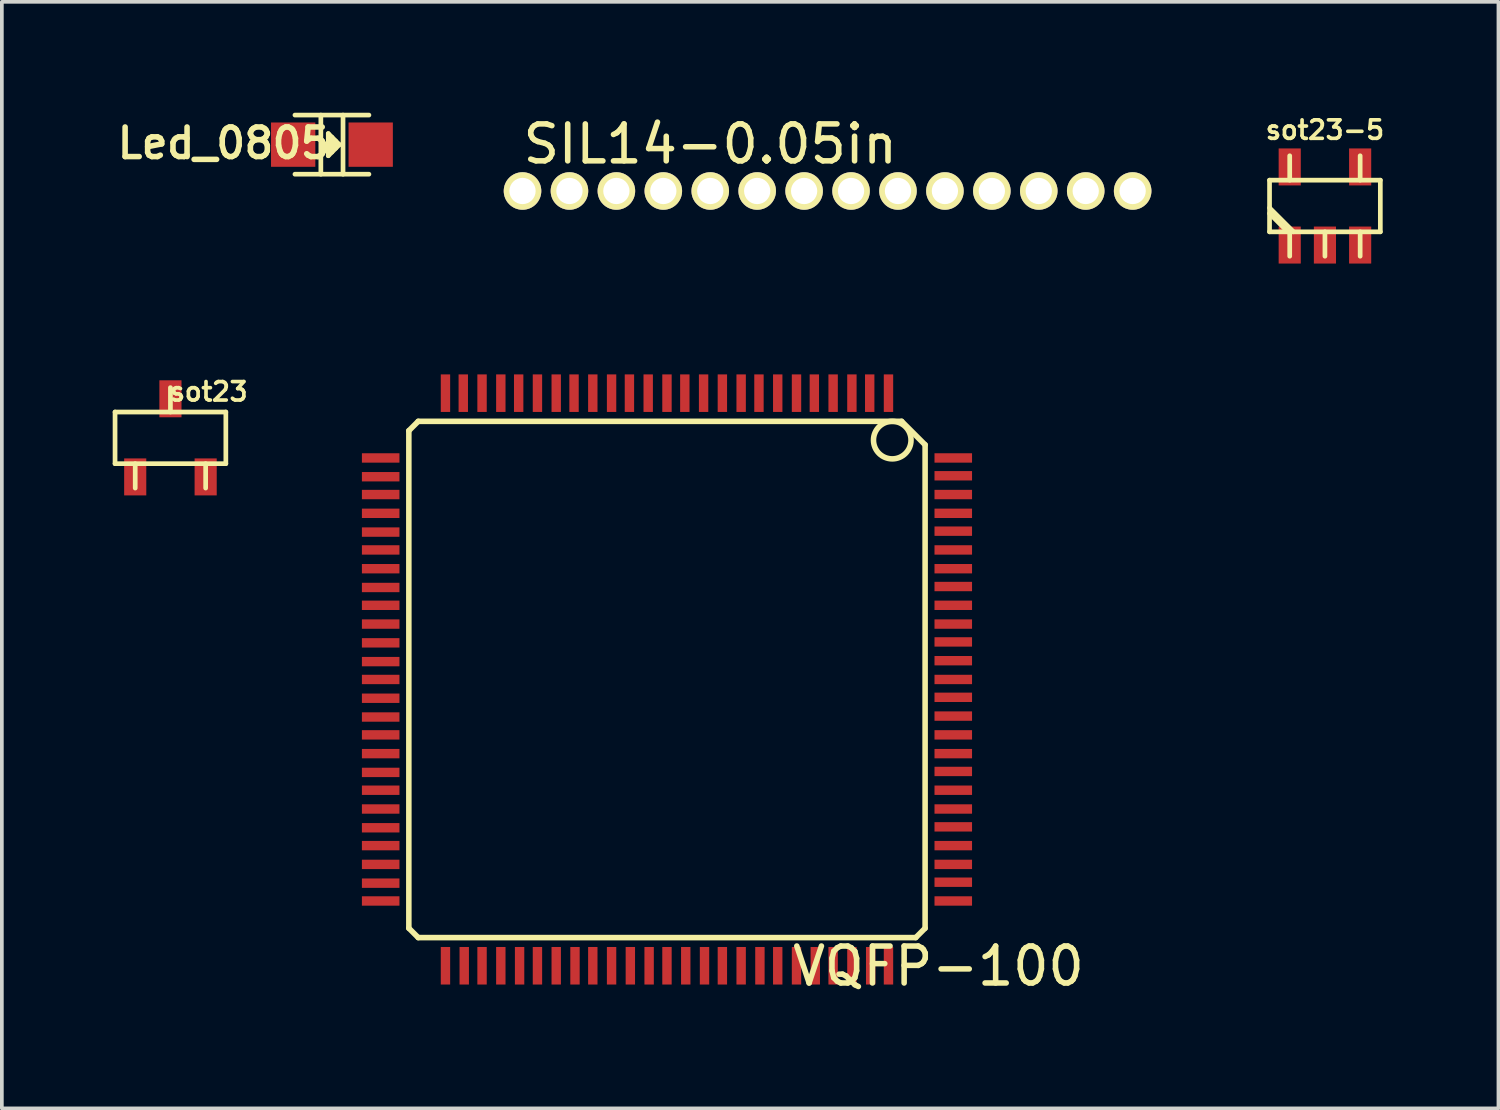
<source format=kicad_pcb>
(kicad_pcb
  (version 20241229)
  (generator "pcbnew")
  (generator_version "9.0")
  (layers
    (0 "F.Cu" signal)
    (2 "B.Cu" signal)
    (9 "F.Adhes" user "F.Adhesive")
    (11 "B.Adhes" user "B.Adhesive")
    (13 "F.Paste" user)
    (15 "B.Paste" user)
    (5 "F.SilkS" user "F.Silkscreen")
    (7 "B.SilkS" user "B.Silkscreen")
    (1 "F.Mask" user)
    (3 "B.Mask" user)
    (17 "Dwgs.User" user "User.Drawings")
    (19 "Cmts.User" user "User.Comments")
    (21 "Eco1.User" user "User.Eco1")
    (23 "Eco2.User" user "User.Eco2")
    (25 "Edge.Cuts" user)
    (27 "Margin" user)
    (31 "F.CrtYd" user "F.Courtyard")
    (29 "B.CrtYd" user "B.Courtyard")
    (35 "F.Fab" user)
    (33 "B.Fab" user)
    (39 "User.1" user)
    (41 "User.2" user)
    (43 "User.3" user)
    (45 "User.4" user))
  (footprint "sot23"
    (layer "F.Cu")
    (at 1.562 8.798)
    (property "Reference" "sot23" (at 1.034 -1.25 0) (layer "F.SilkS") (effects (font (size 0.5 0.5) (thickness 0.099))))
    (attr through_hole)
    (fp_line (start -1.499 -0.699) (end 1.499 -0.699) (stroke (width 0.127) (type solid)) (layer "F.SilkS"))
    (fp_line (start -1.499 0.699) (end -1.499 -0.699) (stroke (width 0.127) (type solid)) (layer "F.SilkS"))
    (fp_line (start -0.953 0.699) (end -0.953 1.359) (stroke (width 0.127) (type solid)) (layer "F.SilkS"))
    (fp_line (start 0 -0.699) (end 0 -1.359) (stroke (width 0.127) (type solid)) (layer "F.SilkS"))
    (fp_line (start 0.953 0.699) (end 0.953 1.359) (stroke (width 0.127) (type solid)) (layer "F.SilkS"))
    (fp_line (start 1.499 -0.699) (end 1.499 0.699) (stroke (width 0.127) (type solid)) (layer "F.SilkS"))
    (fp_line (start 1.499 0.699) (end -1.499 0.699) (stroke (width 0.127) (type solid)) (layer "F.SilkS"))
    (pad "1" smd rect (at -0.953 1.057) (size 0.599 1.001) (layers "F.Cu" "F.Mask" "F.Paste"))
    (pad "2" smd rect (at 0 -1.057) (size 0.599 1.001) (layers "F.Cu" "F.Mask" "F.Paste"))
    (pad "3" smd rect (at 0.953 1.057) (size 0.599 1.001) (layers "F.Cu" "F.Mask" "F.Paste")))
  (footprint "VQFP-100"
    (layer "F.Cu")
    (at 14.998 15.336)
    (property "Reference" "VQFP-100" (at 7.346 7.758 180) (layer "F.SilkS") (effects (font (size 1 1) (thickness 0.15))))
    (attr smd)
    (fp_line (start -6.985 -6.731) (end -6.985 6.731) (stroke (width 0.15) (type solid)) (layer "F.SilkS"))
    (fp_line (start -6.985 -6.731) (end -6.731 -6.985) (stroke (width 0.15) (type solid)) (layer "F.SilkS"))
    (fp_line (start -6.985 6.731) (end -6.731 6.985) (stroke (width 0.15) (type solid)) (layer "F.SilkS"))
    (fp_line (start -6.731 6.985) (end 6.731 6.985) (stroke (width 0.15) (type solid)) (layer "F.SilkS"))
    (fp_line (start 6.35 -6.985) (end -6.731 -6.985) (stroke (width 0.15) (type solid)) (layer "F.SilkS"))
    (fp_line (start 6.731 6.985) (end 6.985 6.731) (stroke (width 0.15) (type solid)) (layer "F.SilkS"))
    (fp_line (start 6.985 -6.35) (end 6.35 -6.985) (stroke (width 0.15) (type solid)) (layer "F.SilkS"))
    (fp_line (start 6.985 6.731) (end 6.985 -6.35) (stroke (width 0.15) (type solid)) (layer "F.SilkS"))
    (fp_circle (center 6.096 -6.477) (end 6.096 -6.985) (stroke (width 0.15) (type solid)) (fill no) (layer "F.SilkS"))
    (pad "1" smd rect (at 5.994 -7.747) (size 0.254 1.016) (layers "F.Cu" "F.Mask" "F.Paste"))
    (pad "2" smd rect (at 5.486 -7.747) (size 0.254 1.016) (layers "F.Cu" "F.Mask" "F.Paste"))
    (pad "3" smd rect (at 5.004 -7.747) (size 0.254 1.016) (layers "F.Cu" "F.Mask" "F.Paste"))
    (pad "4" smd rect (at 4.496 -7.747) (size 0.254 1.016) (layers "F.Cu" "F.Mask" "F.Paste"))
    (pad "5" smd rect (at 3.988 -7.747) (size 0.254 1.016) (layers "F.Cu" "F.Mask" "F.Paste"))
    (pad "6" smd rect (at 3.505 -7.747) (size 0.254 1.016) (layers "F.Cu" "F.Mask" "F.Paste"))
    (pad "7" smd rect (at 2.997 -7.747) (size 0.254 1.016) (layers "F.Cu" "F.Mask" "F.Paste"))
    (pad "8" smd rect (at 2.489 -7.747) (size 0.254 1.016) (layers "F.Cu" "F.Mask" "F.Paste"))
    (pad "9" smd rect (at 2.007 -7.747) (size 0.254 1.016) (layers "F.Cu" "F.Mask" "F.Paste"))
    (pad "10" smd rect (at 1.499 -7.747) (size 0.254 1.016) (layers "F.Cu" "F.Mask" "F.Paste"))
    (pad "11" smd rect (at 0.991 -7.747) (size 0.254 1.016) (layers "F.Cu" "F.Mask" "F.Paste"))
    (pad "12" smd rect (at 0.483 -7.747) (size 0.254 1.016) (layers "F.Cu" "F.Mask" "F.Paste"))
    (pad "13" smd rect (at 0 -7.747) (size 0.254 1.016) (layers "F.Cu" "F.Mask" "F.Paste"))
    (pad "14" smd rect (at -0.508 -7.747) (size 0.254 1.016) (layers "F.Cu" "F.Mask" "F.Paste"))
    (pad "15" smd rect (at -1.016 -7.747) (size 0.254 1.016) (layers "F.Cu" "F.Mask" "F.Paste"))
    (pad "16" smd rect (at -1.499 -7.747) (size 0.254 1.016) (layers "F.Cu" "F.Mask" "F.Paste"))
    (pad "17" smd rect (at -2.007 -7.747) (size 0.254 1.016) (layers "F.Cu" "F.Mask" "F.Paste"))
    (pad "18" smd rect (at -2.515 -7.747) (size 0.254 1.016) (layers "F.Cu" "F.Mask" "F.Paste"))
    (pad "19" smd rect (at -2.997 -7.747) (size 0.254 1.016) (layers "F.Cu" "F.Mask" "F.Paste"))
    (pad "20" smd rect (at -3.505 -7.747) (size 0.254 1.016) (layers "F.Cu" "F.Mask" "F.Paste"))
    (pad "21" smd rect (at -4.013 -7.747) (size 0.254 1.016) (layers "F.Cu" "F.Mask" "F.Paste"))
    (pad "22" smd rect (at -4.496 -7.747) (size 0.254 1.016) (layers "F.Cu" "F.Mask" "F.Paste"))
    (pad "23" smd rect (at -5.004 -7.747) (size 0.254 1.016) (layers "F.Cu" "F.Mask" "F.Paste"))
    (pad "24" smd rect (at -5.512 -7.747) (size 0.254 1.016) (layers "F.Cu" "F.Mask" "F.Paste"))
    (pad "25" smd rect (at -5.994 -7.747) (size 0.254 1.016) (layers "F.Cu" "F.Mask" "F.Paste"))
    (pad "26" smd rect (at -7.747 -5.994 90) (size 0.254 1.016) (layers "F.Cu" "F.Mask" "F.Paste"))
    (pad "27" smd rect (at -7.747 -5.486 90) (size 0.254 1.016) (layers "F.Cu" "F.Mask" "F.Paste"))
    (pad "28" smd rect (at -7.747 -5.004 90) (size 0.254 1.016) (layers "F.Cu" "F.Mask" "F.Paste"))
    (pad "29" smd rect (at -7.747 -4.496 90) (size 0.254 1.016) (layers "F.Cu" "F.Mask" "F.Paste"))
    (pad "30" smd rect (at -7.747 -3.988 90) (size 0.254 1.016) (layers "F.Cu" "F.Mask" "F.Paste"))
    (pad "31" smd rect (at -7.747 -3.505 90) (size 0.254 1.016) (layers "F.Cu" "F.Mask" "F.Paste"))
    (pad "32" smd rect (at -7.747 -2.997 90) (size 0.254 1.016) (layers "F.Cu" "F.Mask" "F.Paste"))
    (pad "33" smd rect (at -7.747 -2.489 90) (size 0.254 1.016) (layers "F.Cu" "F.Mask" "F.Paste"))
    (pad "34" smd rect (at -7.747 -2.007 90) (size 0.254 1.016) (layers "F.Cu" "F.Mask" "F.Paste"))
    (pad "35" smd rect (at -7.747 -1.499 90) (size 0.254 1.016) (layers "F.Cu" "F.Mask" "F.Paste"))
    (pad "36" smd rect (at -7.747 -0.991 90) (size 0.254 1.016) (layers "F.Cu" "F.Mask" "F.Paste"))
    (pad "37" smd rect (at -7.747 -0.483 90) (size 0.254 1.016) (layers "F.Cu" "F.Mask" "F.Paste"))
    (pad "38" smd rect (at -7.747 0 90) (size 0.254 1.016) (layers "F.Cu" "F.Mask" "F.Paste"))
    (pad "39" smd rect (at -7.747 0.508 90) (size 0.254 1.016) (layers "F.Cu" "F.Mask" "F.Paste"))
    (pad "40" smd rect (at -7.747 1.016 90) (size 0.254 1.016) (layers "F.Cu" "F.Mask" "F.Paste"))
    (pad "41" smd rect (at -7.747 1.499 90) (size 0.254 1.016) (layers "F.Cu" "F.Mask" "F.Paste"))
    (pad "42" smd rect (at -7.747 2.007 90) (size 0.254 1.016) (layers "F.Cu" "F.Mask" "F.Paste"))
    (pad "43" smd rect (at -7.747 2.515 90) (size 0.254 1.016) (layers "F.Cu" "F.Mask" "F.Paste"))
    (pad "44" smd rect (at -7.747 2.997 90) (size 0.254 1.016) (layers "F.Cu" "F.Mask" "F.Paste"))
    (pad "45" smd rect (at -7.747 3.505 90) (size 0.254 1.016) (layers "F.Cu" "F.Mask" "F.Paste"))
    (pad "46" smd rect (at -7.747 4.013 90) (size 0.254 1.016) (layers "F.Cu" "F.Mask" "F.Paste"))
    (pad "47" smd rect (at -7.747 4.496 90) (size 0.254 1.016) (layers "F.Cu" "F.Mask" "F.Paste"))
    (pad "48" smd rect (at -7.747 5.004 90) (size 0.254 1.016) (layers "F.Cu" "F.Mask" "F.Paste"))
    (pad "49" smd rect (at -7.747 5.512 90) (size 0.254 1.016) (layers "F.Cu" "F.Mask" "F.Paste"))
    (pad "50" smd rect (at -7.747 5.994 90) (size 0.254 1.016) (layers "F.Cu" "F.Mask" "F.Paste"))
    (pad "51" smd rect (at -5.994 7.747) (size 0.254 1.016) (layers "F.Cu" "F.Mask" "F.Paste"))
    (pad "52" smd rect (at -5.486 7.747) (size 0.254 1.016) (layers "F.Cu" "F.Mask" "F.Paste"))
    (pad "53" smd rect (at -5.004 7.747) (size 0.254 1.016) (layers "F.Cu" "F.Mask" "F.Paste"))
    (pad "54" smd rect (at -4.496 7.747) (size 0.254 1.016) (layers "F.Cu" "F.Mask" "F.Paste"))
    (pad "55" smd rect (at -3.988 7.747) (size 0.254 1.016) (layers "F.Cu" "F.Mask" "F.Paste"))
    (pad "56" smd rect (at -3.505 7.747) (size 0.254 1.016) (layers "F.Cu" "F.Mask" "F.Paste"))
    (pad "57" smd rect (at -2.997 7.747) (size 0.254 1.016) (layers "F.Cu" "F.Mask" "F.Paste"))
    (pad "58" smd rect (at -2.489 7.747) (size 0.254 1.016) (layers "F.Cu" "F.Mask" "F.Paste"))
    (pad "59" smd rect (at -2.007 7.747) (size 0.254 1.016) (layers "F.Cu" "F.Mask" "F.Paste"))
    (pad "60" smd rect (at -1.499 7.747) (size 0.254 1.016) (layers "F.Cu" "F.Mask" "F.Paste"))
    (pad "61" smd rect (at -0.991 7.747) (size 0.254 1.016) (layers "F.Cu" "F.Mask" "F.Paste"))
    (pad "62" smd rect (at -0.483 7.747) (size 0.254 1.016) (layers "F.Cu" "F.Mask" "F.Paste"))
    (pad "63" smd rect (at 0 7.747) (size 0.254 1.016) (layers "F.Cu" "F.Mask" "F.Paste"))
    (pad "64" smd rect (at 0.508 7.747) (size 0.254 1.016) (layers "F.Cu" "F.Mask" "F.Paste"))
    (pad "65" smd rect (at 1.016 7.747) (size 0.254 1.016) (layers "F.Cu" "F.Mask" "F.Paste"))
    (pad "66" smd rect (at 1.499 7.747) (size 0.254 1.016) (layers "F.Cu" "F.Mask" "F.Paste"))
    (pad "67" smd rect (at 2.007 7.747) (size 0.254 1.016) (layers "F.Cu" "F.Mask" "F.Paste"))
    (pad "68" smd rect (at 2.515 7.747) (size 0.254 1.016) (layers "F.Cu" "F.Mask" "F.Paste"))
    (pad "69" smd rect (at 2.997 7.747) (size 0.254 1.016) (layers "F.Cu" "F.Mask" "F.Paste"))
    (pad "70" smd rect (at 3.505 7.747) (size 0.254 1.016) (layers "F.Cu" "F.Mask" "F.Paste"))
    (pad "71" smd rect (at 4.013 7.747) (size 0.254 1.016) (layers "F.Cu" "F.Mask" "F.Paste"))
    (pad "72" smd rect (at 4.496 7.747) (size 0.254 1.016) (layers "F.Cu" "F.Mask" "F.Paste"))
    (pad "73" smd rect (at 5.004 7.747) (size 0.254 1.016) (layers "F.Cu" "F.Mask" "F.Paste"))
    (pad "74" smd rect (at 5.512 7.747) (size 0.254 1.016) (layers "F.Cu" "F.Mask" "F.Paste"))
    (pad "75" smd rect (at 5.994 7.747) (size 0.254 1.016) (layers "F.Cu" "F.Mask" "F.Paste"))
    (pad "76" smd rect (at 7.747 5.994 90) (size 0.254 1.016) (layers "F.Cu" "F.Mask" "F.Paste"))
    (pad "77" smd rect (at 7.747 5.486 90) (size 0.254 1.016) (layers "F.Cu" "F.Mask" "F.Paste"))
    (pad "78" smd rect (at 7.747 5.004 90) (size 0.254 1.016) (layers "F.Cu" "F.Mask" "F.Paste"))
    (pad "79" smd rect (at 7.747 4.496 90) (size 0.254 1.016) (layers "F.Cu" "F.Mask" "F.Paste"))
    (pad "80" smd rect (at 7.747 3.988 90) (size 0.254 1.016) (layers "F.Cu" "F.Mask" "F.Paste"))
    (pad "81" smd rect (at 7.747 3.505 90) (size 0.254 1.016) (layers "F.Cu" "F.Mask" "F.Paste"))
    (pad "82" smd rect (at 7.747 2.997 90) (size 0.254 1.016) (layers "F.Cu" "F.Mask" "F.Paste"))
    (pad "83" smd rect (at 7.747 2.489 90) (size 0.254 1.016) (layers "F.Cu" "F.Mask" "F.Paste"))
    (pad "84" smd rect (at 7.747 2.007 90) (size 0.254 1.016) (layers "F.Cu" "F.Mask" "F.Paste"))
    (pad "85" smd rect (at 7.747 1.499 90) (size 0.254 1.016) (layers "F.Cu" "F.Mask" "F.Paste"))
    (pad "86" smd rect (at 7.747 0.991 90) (size 0.254 1.016) (layers "F.Cu" "F.Mask" "F.Paste"))
    (pad "87" smd rect (at 7.747 0.483 90) (size 0.254 1.016) (layers "F.Cu" "F.Mask" "F.Paste"))
    (pad "88" smd rect (at 7.747 0 90) (size 0.254 1.016) (layers "F.Cu" "F.Mask" "F.Paste"))
    (pad "89" smd rect (at 7.747 -0.508 90) (size 0.254 1.016) (layers "F.Cu" "F.Mask" "F.Paste"))
    (pad "90" smd rect (at 7.747 -1.016 90) (size 0.254 1.016) (layers "F.Cu" "F.Mask" "F.Paste"))
    (pad "91" smd rect (at 7.747 -1.499 90) (size 0.254 1.016) (layers "F.Cu" "F.Mask" "F.Paste"))
    (pad "92" smd rect (at 7.747 -2.007 90) (size 0.254 1.016) (layers "F.Cu" "F.Mask" "F.Paste"))
    (pad "93" smd rect (at 7.747 -2.515 90) (size 0.254 1.016) (layers "F.Cu" "F.Mask" "F.Paste"))
    (pad "94" smd rect (at 7.747 -2.997 90) (size 0.254 1.016) (layers "F.Cu" "F.Mask" "F.Paste"))
    (pad "95" smd rect (at 7.747 -3.505 90) (size 0.254 1.016) (layers "F.Cu" "F.Mask" "F.Paste"))
    (pad "96" smd rect (at 7.747 -4.013 90) (size 0.254 1.016) (layers "F.Cu" "F.Mask" "F.Paste"))
    (pad "97" smd rect (at 7.747 -4.496 90) (size 0.254 1.016) (layers "F.Cu" "F.Mask" "F.Paste"))
    (pad "98" smd rect (at 7.747 -5.004 90) (size 0.254 1.016) (layers "F.Cu" "F.Mask" "F.Paste"))
    (pad "99" smd rect (at 7.747 -5.512 90) (size 0.254 1.016) (layers "F.Cu" "F.Mask" "F.Paste"))
    (pad "100" smd rect (at 7.747 -5.994 90) (size 0.254 1.016) (layers "F.Cu" "F.Mask" "F.Paste")))
  (footprint "Led_0805"
    (layer "F.Cu")
    (at 5.932 0.864)
    (property "Reference" "Led_0805" (at -2.93 -0.04 0) (layer "F.SilkS") (effects (font (size 0.8 0.8) (thickness 0.15))))
    (attr through_hole)
    (fp_line (start -1.001 -0.8) (end 1.001 -0.8) (stroke (width 0.127) (type solid)) (layer "F.SilkS"))
    (fp_line (start -0.3 -0.8) (end -0.3 0.8) (stroke (width 0.127) (type solid)) (layer "F.SilkS"))
    (fp_line (start -0.099 -0.3) (end -0.099 0.3) (stroke (width 0.127) (type solid)) (layer "F.SilkS"))
    (fp_line (start -0.099 0.3) (end 0.201 0) (stroke (width 0.127) (type solid)) (layer "F.SilkS"))
    (fp_line (start 0 -0.201) (end 0 0.201) (stroke (width 0.127) (type solid)) (layer "F.SilkS"))
    (fp_line (start 0.099 0.099) (end 0.099 -0.099) (stroke (width 0.127) (type solid)) (layer "F.SilkS"))
    (fp_line (start 0.201 0) (end -0.099 -0.3) (stroke (width 0.127) (type solid)) (layer "F.SilkS"))
    (fp_line (start 0.3 0.8) (end 0.3 -0.8) (stroke (width 0.127) (type solid)) (layer "F.SilkS"))
    (fp_line (start 1.001 0.8) (end -1.001 0.8) (stroke (width 0.127) (type solid)) (layer "F.SilkS"))
    (pad "1" smd rect (at -1.049 0) (size 1.199 1.199) (layers "F.Cu" "F.Mask" "F.Paste"))
    (pad "2" smd rect (at 1.049 0) (size 1.199 1.199) (layers "F.Cu" "F.Mask" "F.Paste")))
  (footprint "sot23-5"
    (layer "F.Cu")
    (at 32.802 2.524)
    (property "Reference" "sot23-5" (at 0 -2.057 0) (layer "F.SilkS") (effects (font (size 0.5 0.5) (thickness 0.099))))
    (attr through_hole)
    (fp_line (start -1.499 -0.699) (end 1.499 -0.699) (stroke (width 0.127) (type solid)) (layer "F.SilkS"))
    (fp_line (start -1.499 0.699) (end -1.499 -0.699) (stroke (width 0.127) (type solid)) (layer "F.SilkS"))
    (fp_line (start -1.003 0.699) (end -1.499 0.203) (stroke (width 0.127) (type solid)) (layer "F.SilkS"))
    (fp_line (start -0.953 -0.699) (end -0.953 -1.359) (stroke (width 0.127) (type solid)) (layer "F.SilkS"))
    (fp_line (start -0.953 0.699) (end -0.953 1.359) (stroke (width 0.127) (type solid)) (layer "F.SilkS"))
    (fp_line (start -0.851 0.699) (end -1.499 0.051) (stroke (width 0.127) (type solid)) (layer "F.SilkS"))
    (fp_line (start 0 0.699) (end 0 1.359) (stroke (width 0.127) (type solid)) (layer "F.SilkS"))
    (fp_line (start 0.953 -0.699) (end 0.953 -1.359) (stroke (width 0.127) (type solid)) (layer "F.SilkS"))
    (fp_line (start 0.953 0.699) (end 0.953 1.359) (stroke (width 0.127) (type solid)) (layer "F.SilkS"))
    (fp_line (start 1.499 -0.699) (end 1.499 0.699) (stroke (width 0.127) (type solid)) (layer "F.SilkS"))
    (fp_line (start 1.499 0.699) (end -1.499 0.699) (stroke (width 0.127) (type solid)) (layer "F.SilkS"))
    (pad "1" smd rect (at -0.953 1.057) (size 0.599 1.001) (layers "F.Cu" "F.Mask" "F.Paste"))
    (pad "2" smd rect (at 0 1.057) (size 0.599 1.001) (layers "F.Cu" "F.Mask" "F.Paste"))
    (pad "3" smd rect (at 0.953 1.057) (size 0.599 1.001) (layers "F.Cu" "F.Mask" "F.Paste"))
    (pad "4" smd rect (at 0.953 -1.057) (size 0.599 1.001) (layers "F.Cu" "F.Mask" "F.Paste"))
    (pad "5" smd rect (at -0.953 -1.057) (size 0.599 1.001) (layers "F.Cu" "F.Mask" "F.Paste")))
  (footprint "SIL14-0.05in"
    (layer "F.Cu")
    (at 19.979 2.118)
    (property "Reference" "SIL14-0.05in" (at -3.81 -1.27 0) (layer "F.SilkS") (effects (font (size 1 1) (thickness 0.15))))
    (attr through_hole)
    (pad "1" thru_hole circle (at -8.89 0) (size 1.016 1.016) (drill 0.711) (layers "*.Cu" "*.Mask" "F.SilkS"))
    (pad "2" thru_hole circle (at -7.62 0) (size 1.016 1.016) (drill 0.711) (layers "*.Cu" "*.Mask" "F.SilkS"))
    (pad "3" thru_hole circle (at -6.35 0) (size 1.016 1.016) (drill 0.711) (layers "*.Cu" "*.Mask" "F.SilkS"))
    (pad "4" thru_hole circle (at -5.08 0) (size 1.016 1.016) (drill 0.711) (layers "*.Cu" "*.Mask" "F.SilkS"))
    (pad "5" thru_hole circle (at -3.81 0) (size 1.016 1.016) (drill 0.711) (layers "*.Cu" "*.Mask" "F.SilkS"))
    (pad "6" thru_hole circle (at -2.54 0) (size 1.016 1.016) (drill 0.711) (layers "*.Cu" "*.Mask" "F.SilkS"))
    (pad "7" thru_hole circle (at -1.27 0) (size 1.016 1.016) (drill 0.711) (layers "*.Cu" "*.Mask" "F.SilkS"))
    (pad "8" thru_hole circle (at 0 0) (size 1.016 1.016) (drill 0.711) (layers "*.Cu" "*.Mask" "F.SilkS"))
    (pad "9" thru_hole circle (at 1.27 0) (size 1.016 1.016) (drill 0.711) (layers "*.Cu" "*.Mask" "F.SilkS"))
    (pad "10" thru_hole circle (at 2.54 0) (size 1.016 1.016) (drill 0.711) (layers "*.Cu" "*.Mask" "F.SilkS"))
    (pad "11" thru_hole circle (at 3.81 0) (size 1.016 1.016) (drill 0.711) (layers "*.Cu" "*.Mask" "F.SilkS"))
    (pad "12" thru_hole circle (at 5.08 0) (size 1.016 1.016) (drill 0.711) (layers "*.Cu" "*.Mask" "F.SilkS"))
    (pad "13" thru_hole circle (at 6.35 0) (size 1.016 1.016) (drill 0.711) (layers "*.Cu" "*.Mask" "F.SilkS"))
    (pad "14" thru_hole circle (at 7.62 0) (size 1.016 1.016) (drill 0.711) (layers "*.Cu" "*.Mask" "F.SilkS")))
  (gr_rect
    (start -3 -3)
    (end 37.497 26.942)
    (stroke (width 0.1) (type default))
    (fill no)
    (layer "Edge.Cuts")))
</source>
